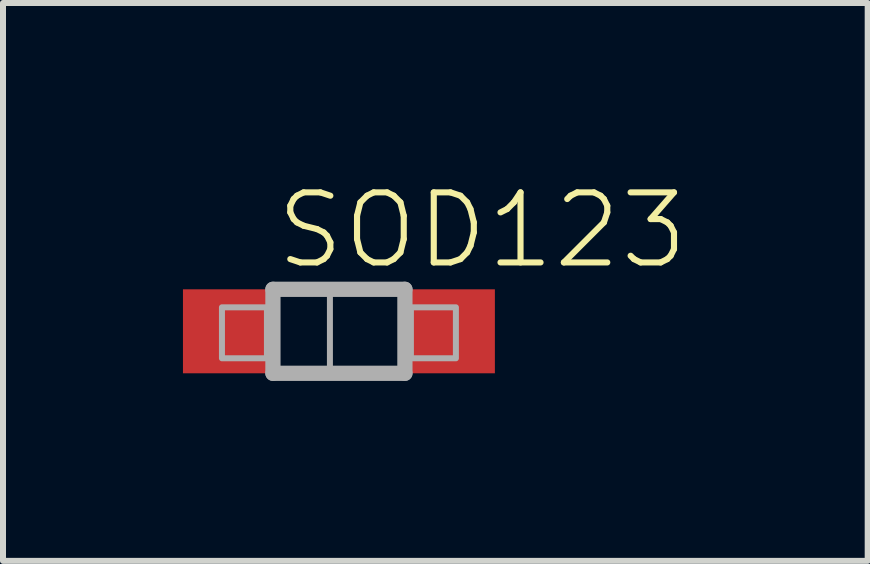
<source format=kicad_pcb>
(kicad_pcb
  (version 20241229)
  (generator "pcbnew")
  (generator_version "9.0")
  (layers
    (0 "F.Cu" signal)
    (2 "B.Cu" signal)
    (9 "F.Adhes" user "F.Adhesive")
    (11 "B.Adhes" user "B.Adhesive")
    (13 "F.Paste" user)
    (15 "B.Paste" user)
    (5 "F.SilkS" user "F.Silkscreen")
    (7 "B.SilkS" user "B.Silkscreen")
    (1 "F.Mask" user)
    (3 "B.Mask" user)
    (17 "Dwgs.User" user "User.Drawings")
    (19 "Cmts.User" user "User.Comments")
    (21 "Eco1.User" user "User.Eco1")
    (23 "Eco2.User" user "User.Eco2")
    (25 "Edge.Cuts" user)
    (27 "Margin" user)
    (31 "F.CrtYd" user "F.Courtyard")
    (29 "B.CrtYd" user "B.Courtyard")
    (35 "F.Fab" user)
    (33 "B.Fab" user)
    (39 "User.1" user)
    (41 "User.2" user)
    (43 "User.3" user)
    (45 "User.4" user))
  (footprint "SOD123"
    (layer "F.Cu")
    (at 2.6 2.473)
    (property "Reference" "SOD123" (at -1.1 -1 0) (layer "F.SilkS") (effects (font (size 1.168 1.168) (thickness 0.102)) (justify left bottom)))
    (fp_line (start -1.1 -0.7) (end 1.1 -0.7) (stroke (width 0.254) (type solid)) (layer "F.Fab"))
    (fp_line (start -1.1 0.7) (end -1.1 -0.7) (stroke (width 0.254) (type solid)) (layer "F.Fab"))
    (fp_line (start 1.1 -0.7) (end 1.1 0.7) (stroke (width 0.254) (type solid)) (layer "F.Fab"))
    (fp_line (start 1.1 0.7) (end -1.1 0.7) (stroke (width 0.254) (type solid)) (layer "F.Fab"))
    (fp_poly (pts (xy -1.95 0.45) (xy -1.2 0.45) (xy -1.2 -0.4) (xy -1.95 -0.4)) (stroke (width 0.1) (type solid)) (fill no) (layer "F.Fab"))
    (fp_poly (pts (xy -1.05 0.65) (xy -0.15 0.65) (xy -0.15 -0.7) (xy -1.05 -0.7)) (stroke (width 0.1) (type solid)) (fill no) (layer "F.Fab"))
    (fp_poly (pts (xy 1.2 0.45) (xy 1.95 0.45) (xy 1.95 -0.4) (xy 1.2 -0.4)) (stroke (width 0.1) (type solid)) (fill no) (layer "F.Fab"))
    (pad "A" smd rect (at 1.9 0) (size 1.4 1.4) (layers "F.Cu" "F.Mask" "F.Paste"))
    (pad "C" smd rect (at -1.9 0) (size 1.4 1.4) (layers "F.Cu" "F.Mask" "F.Paste")))
  (gr_rect
    (start -3 -3)
    (end 11.415 6.3)
    (stroke (width 0.1) (type default))
    (fill no)
    (layer "Edge.Cuts")))
</source>
